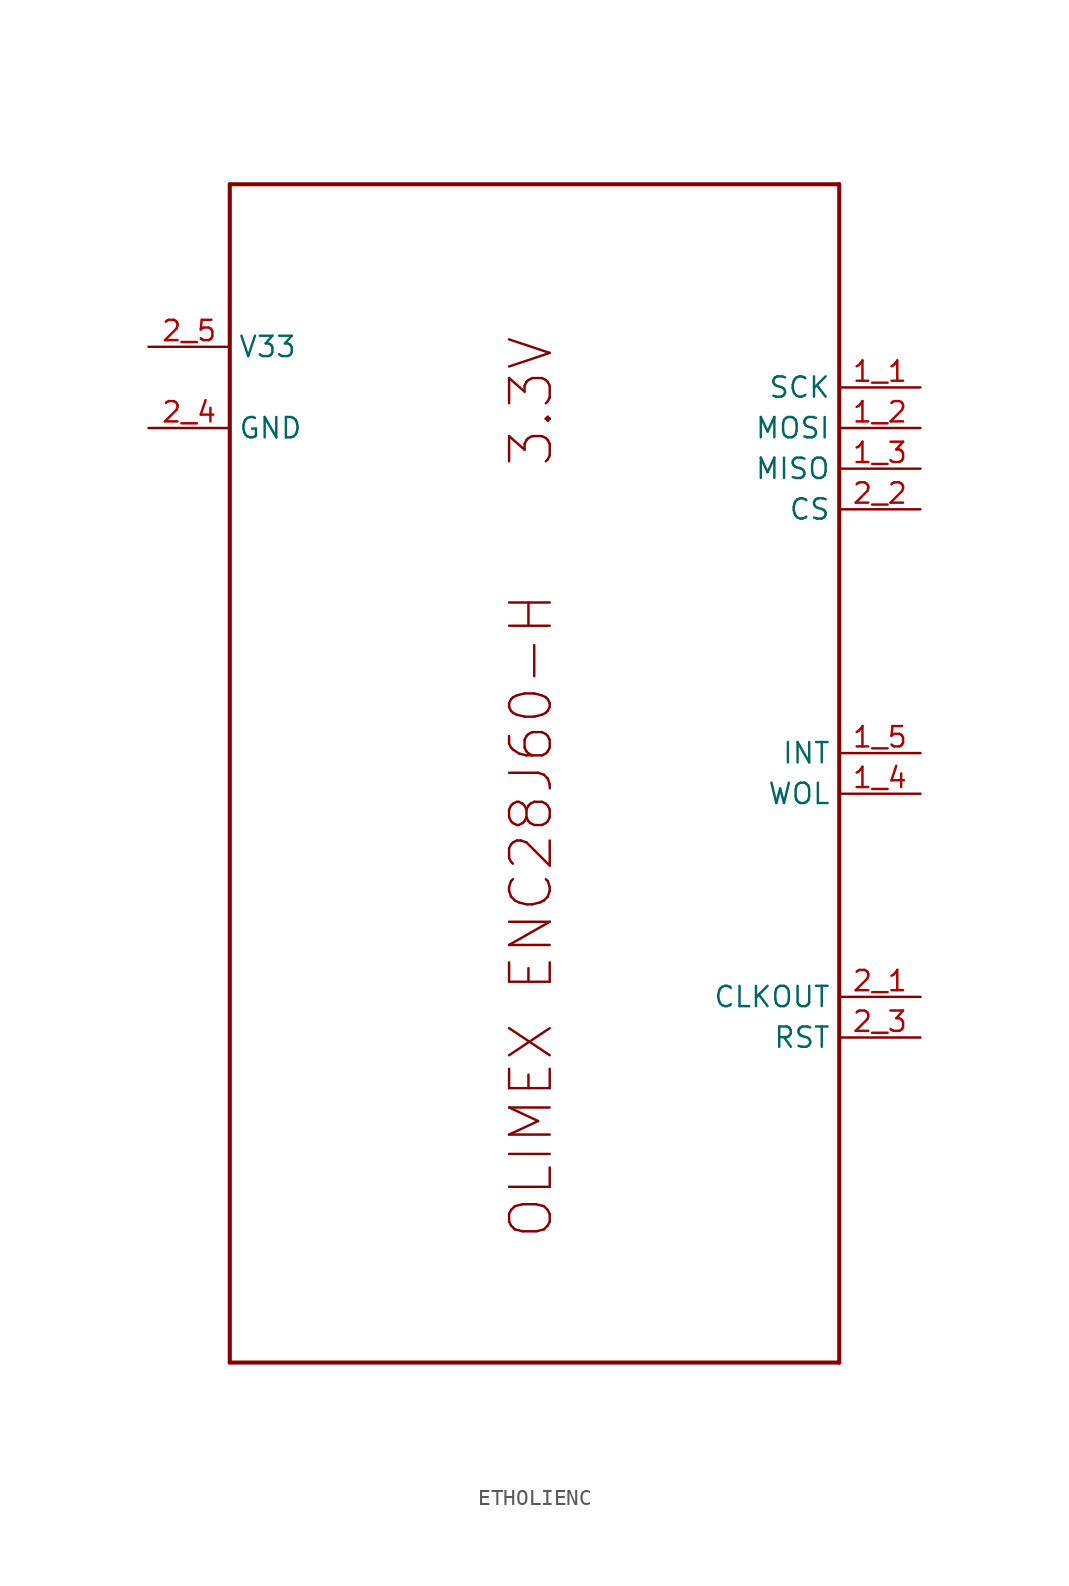
<source format=kicad_sym>
(kicad_symbol_lib
  (version 20231120)
  (generator "kicad_symbol_editor")
  (generator_version "8.0")
  (symbol "ETHOLIENC"
    (property "Reference" ""
      (at -10.16 38.1 0)
      (effects (font (size 2.54 2.54)) (justify left bottom) (hide yes)))
    (property "ki_locked" ""
      (at 0 0 0)
      (effects (font (size 1.27 1.27))))
    (symbol "ETHOLIENC_1_0"
      (polyline (pts (xy -17.78 -35.56) (xy -17.78 38.1)) (stroke (width 0.254) (type solid)) (fill (type none)))
      (polyline (pts (xy -17.78 38.1) (xy 20.32 38.1)) (stroke (width 0.254) (type solid)) (fill (type none)))
      (polyline (pts (xy 20.32 -35.56) (xy -17.78 -35.56)) (stroke (width 0.254) (type solid)) (fill (type none)))
      (polyline (pts (xy 20.32 38.1) (xy 20.32 -35.56)) (stroke (width 0.254) (type solid)) (fill (type none)))
      (text "3.3V" (at 2.54 20.32 900) (effects (font (size 2.54 2.54)) (justify left bottom)))
      (text "OLIMEX ENC28J60-H" (at 2.54 -27.94 900) (effects (font (size 2.54 2.54)) (justify left bottom)))
      (pin bidirectional line (at 25.4 25.4 180) (length 5.08) (name "SCK" (effects (font (size 1.27 1.27)))) (number "1_1" (effects (font (size 1.27 1.27)))))
      (pin bidirectional line (at 25.4 22.86 180) (length 5.08) (name "MOSI" (effects (font (size 1.27 1.27)))) (number "1_2" (effects (font (size 1.27 1.27)))))
      (pin bidirectional line (at 25.4 20.32 180) (length 5.08) (name "MISO" (effects (font (size 1.27 1.27)))) (number "1_3" (effects (font (size 1.27 1.27)))))
      (pin bidirectional line (at 25.4 0 180) (length 5.08) (name "WOL" (effects (font (size 1.27 1.27)))) (number "1_4" (effects (font (size 1.27 1.27)))))
      (pin bidirectional line (at 25.4 2.54 180) (length 5.08) (name "INT" (effects (font (size 1.27 1.27)))) (number "1_5" (effects (font (size 1.27 1.27)))))
      (pin bidirectional line (at 25.4 -12.7 180) (length 5.08) (name "CLKOUT" (effects (font (size 1.27 1.27)))) (number "2_1" (effects (font (size 1.27 1.27)))))
      (pin bidirectional line (at 25.4 17.78 180) (length 5.08) (name "CS" (effects (font (size 1.27 1.27)))) (number "2_2" (effects (font (size 1.27 1.27)))))
      (pin bidirectional line (at 25.4 -15.24 180) (length 5.08) (name "RST" (effects (font (size 1.27 1.27)))) (number "2_3" (effects (font (size 1.27 1.27)))))
      (pin bidirectional line (at -22.86 22.86 0) (length 5.08) (name "GND" (effects (font (size 1.27 1.27)))) (number "2_4" (effects (font (size 1.27 1.27)))))
      (pin bidirectional line (at -22.86 27.94 0) (length 5.08) (name "V33" (effects (font (size 1.27 1.27)))) (number "2_5" (effects (font (size 1.27 1.27))))))))
</source>
